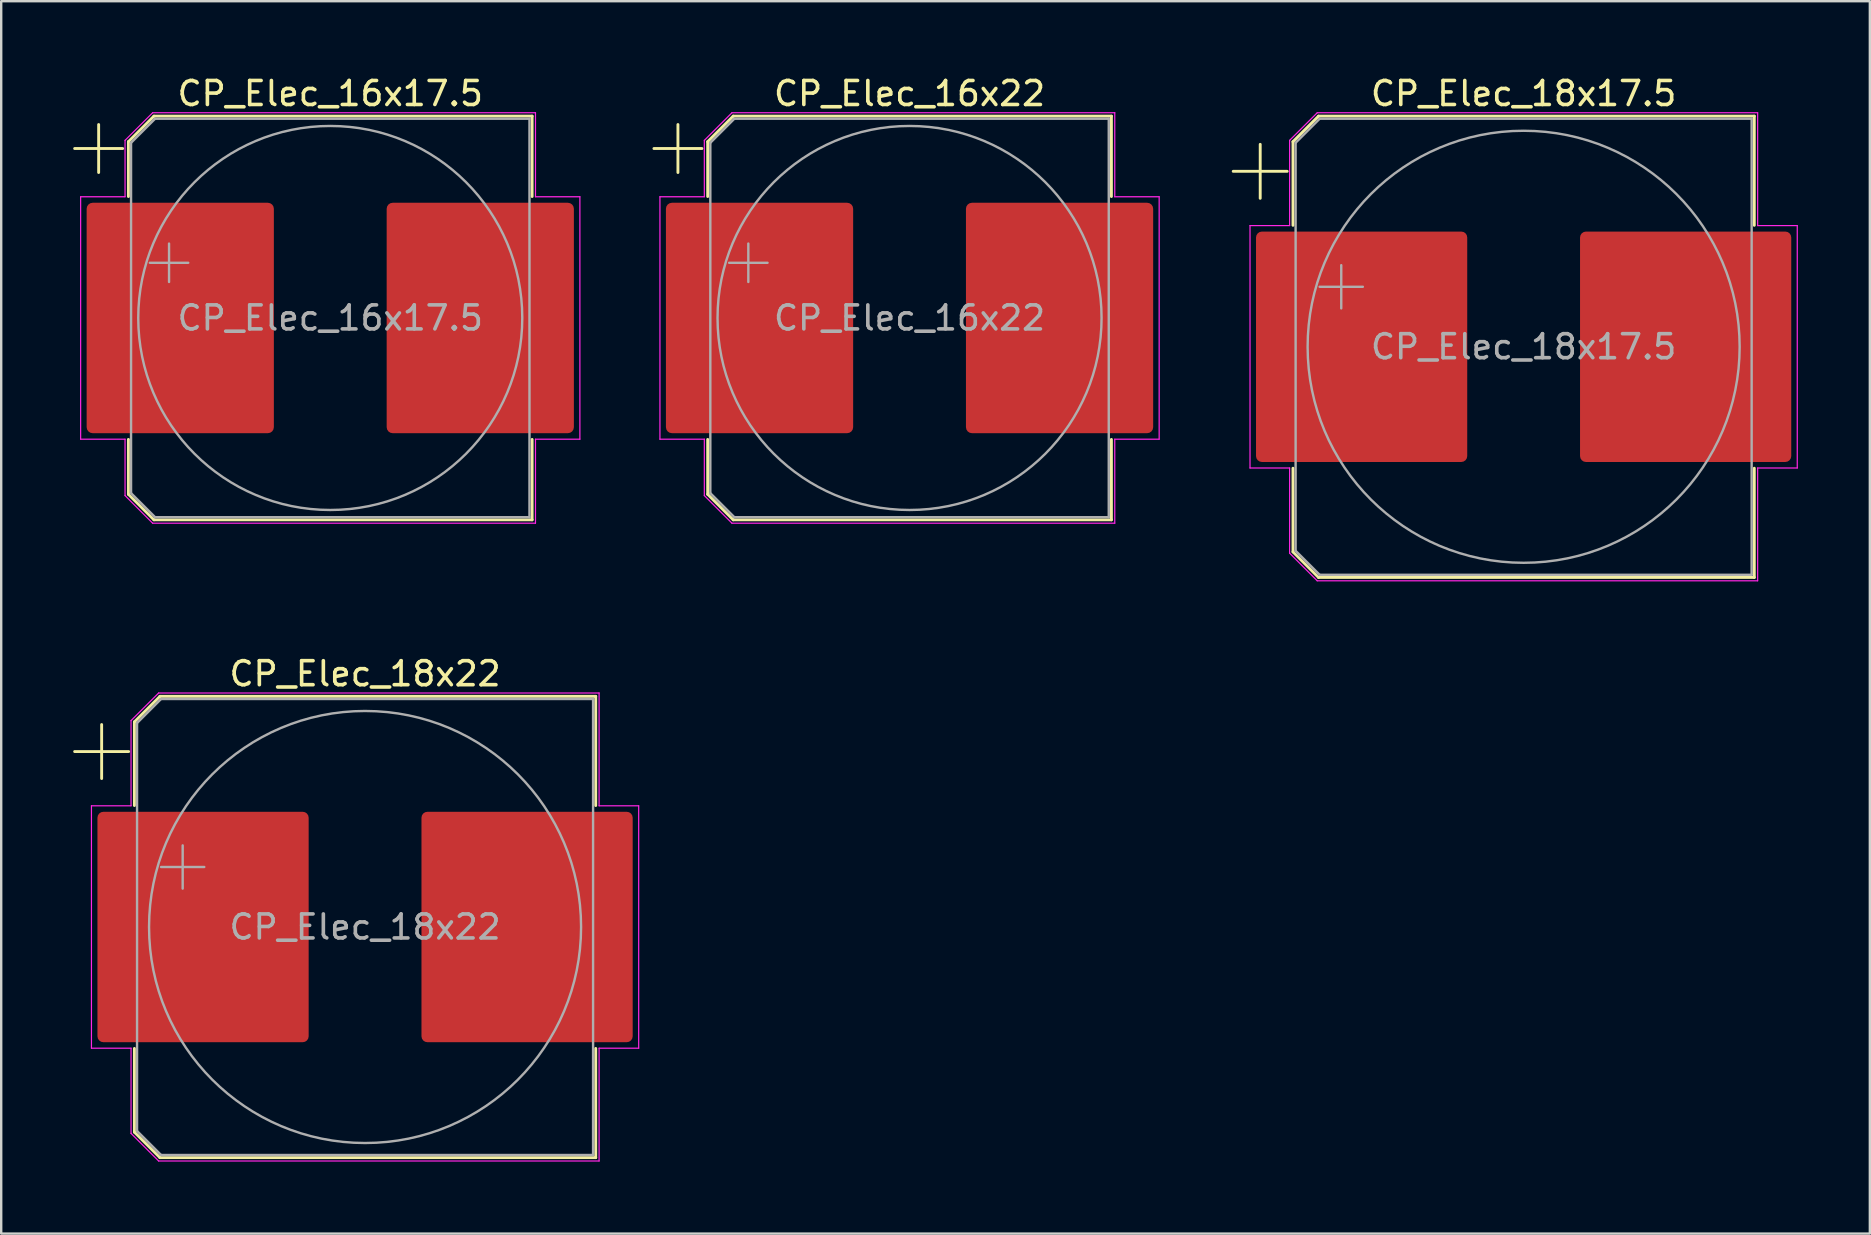
<source format=kicad_pcb>
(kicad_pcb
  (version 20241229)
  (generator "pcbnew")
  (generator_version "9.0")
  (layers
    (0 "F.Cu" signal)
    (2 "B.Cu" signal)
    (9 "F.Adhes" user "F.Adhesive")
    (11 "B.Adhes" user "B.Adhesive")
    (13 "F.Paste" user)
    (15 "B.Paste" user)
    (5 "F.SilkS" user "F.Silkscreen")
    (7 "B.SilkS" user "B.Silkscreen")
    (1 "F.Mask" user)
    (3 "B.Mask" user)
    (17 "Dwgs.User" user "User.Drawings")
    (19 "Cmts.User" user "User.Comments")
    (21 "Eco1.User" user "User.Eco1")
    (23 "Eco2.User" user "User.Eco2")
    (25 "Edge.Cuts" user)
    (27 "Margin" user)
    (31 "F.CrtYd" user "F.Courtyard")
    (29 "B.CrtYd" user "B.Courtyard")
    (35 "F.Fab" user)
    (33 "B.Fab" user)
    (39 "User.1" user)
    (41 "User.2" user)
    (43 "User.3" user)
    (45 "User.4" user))
  (footprint "CP_Elec_18x17.5"
    (layer "F.Cu")
    (at 60.43 11.398)
    (property "Reference" "CP_Elec_18x17.5" (at 0 -10.55 0) (layer "F.SilkS") (effects (font (size 1 1) (thickness 0.15))))
    (attr smd)
    (fp_line (start -12.1 -7.31) (end -9.85 -7.31) (stroke (width 0.12) (type solid)) (layer "F.SilkS"))
    (fp_line (start -10.975 -8.435) (end -10.975 -6.185) (stroke (width 0.12) (type solid)) (layer "F.SilkS"))
    (fp_line (start -9.61 -8.546) (end -9.61 -5.06) (stroke (width 0.12) (type solid)) (layer "F.SilkS"))
    (fp_line (start -9.61 -8.546) (end -8.546 -9.61) (stroke (width 0.12) (type solid)) (layer "F.SilkS"))
    (fp_line (start -9.61 8.546) (end -9.61 5.06) (stroke (width 0.12) (type solid)) (layer "F.SilkS"))
    (fp_line (start -9.61 8.546) (end -8.546 9.61) (stroke (width 0.12) (type solid)) (layer "F.SilkS"))
    (fp_line (start -8.546 -9.61) (end 9.61 -9.61) (stroke (width 0.12) (type solid)) (layer "F.SilkS"))
    (fp_line (start -8.546 9.61) (end 9.61 9.61) (stroke (width 0.12) (type solid)) (layer "F.SilkS"))
    (fp_line (start 9.61 -9.61) (end 9.61 -5.06) (stroke (width 0.12) (type solid)) (layer "F.SilkS"))
    (fp_line (start 9.61 9.61) (end 9.61 5.06) (stroke (width 0.12) (type solid)) (layer "F.SilkS"))
    (fp_line (start -11.4 -5.05) (end -11.4 5.05) (stroke (width 0.05) (type solid)) (layer "F.CrtYd"))
    (fp_line (start -11.4 5.05) (end -9.75 5.05) (stroke (width 0.05) (type solid)) (layer "F.CrtYd"))
    (fp_line (start -9.75 -8.6) (end -9.75 -5.05) (stroke (width 0.05) (type solid)) (layer "F.CrtYd"))
    (fp_line (start -9.75 -8.6) (end -8.6 -9.75) (stroke (width 0.05) (type solid)) (layer "F.CrtYd"))
    (fp_line (start -9.75 -5.05) (end -11.4 -5.05) (stroke (width 0.05) (type solid)) (layer "F.CrtYd"))
    (fp_line (start -9.75 5.05) (end -9.75 8.6) (stroke (width 0.05) (type solid)) (layer "F.CrtYd"))
    (fp_line (start -9.75 8.6) (end -8.6 9.75) (stroke (width 0.05) (type solid)) (layer "F.CrtYd"))
    (fp_line (start -8.6 -9.75) (end 9.75 -9.75) (stroke (width 0.05) (type solid)) (layer "F.CrtYd"))
    (fp_line (start -8.6 9.75) (end 9.75 9.75) (stroke (width 0.05) (type solid)) (layer "F.CrtYd"))
    (fp_line (start 9.75 -9.75) (end 9.75 -5.05) (stroke (width 0.05) (type solid)) (layer "F.CrtYd"))
    (fp_line (start 9.75 -5.05) (end 11.4 -5.05) (stroke (width 0.05) (type solid)) (layer "F.CrtYd"))
    (fp_line (start 9.75 5.05) (end 9.75 9.75) (stroke (width 0.05) (type solid)) (layer "F.CrtYd"))
    (fp_line (start 11.4 -5.05) (end 11.4 5.05) (stroke (width 0.05) (type solid)) (layer "F.CrtYd"))
    (fp_line (start 11.4 5.05) (end 9.75 5.05) (stroke (width 0.05) (type solid)) (layer "F.CrtYd"))
    (fp_line (start -9.5 -8.5) (end -9.5 8.5) (stroke (width 0.1) (type solid)) (layer "F.Fab"))
    (fp_line (start -9.5 -8.5) (end -8.5 -9.5) (stroke (width 0.1) (type solid)) (layer "F.Fab"))
    (fp_line (start -9.5 8.5) (end -8.5 9.5) (stroke (width 0.1) (type solid)) (layer "F.Fab"))
    (fp_line (start -8.5 -9.5) (end 9.5 -9.5) (stroke (width 0.1) (type solid)) (layer "F.Fab"))
    (fp_line (start -8.5 9.5) (end 9.5 9.5) (stroke (width 0.1) (type solid)) (layer "F.Fab"))
    (fp_line (start -8.499 -2.5) (end -6.699 -2.5) (stroke (width 0.1) (type solid)) (layer "F.Fab"))
    (fp_line (start -7.599 -3.4) (end -7.599 -1.6) (stroke (width 0.1) (type solid)) (layer "F.Fab"))
    (fp_line (start 9.5 -9.5) (end 9.5 9.5) (stroke (width 0.1) (type solid)) (layer "F.Fab"))
    (fp_circle (center 0 0) (end 9 0) (stroke (width 0.1) (type solid)) (fill no) (layer "F.Fab"))
    (fp_text user "${REFERENCE}" (at 0 0 0) (layer "F.Fab") (effects (font (size 1 1) (thickness 0.15))))
    (pad "1" smd roundrect (at -6.75 0) (size 8.8 9.6) (layers "F.Cu" "F.Mask" "F.Paste") (roundrect_rratio 0.028))
    (pad "2" smd roundrect (at 6.75 0) (size 8.8 9.6) (layers "F.Cu" "F.Mask" "F.Paste") (roundrect_rratio 0.028)))
  (footprint "CP_Elec_16x17.5"
    (layer "F.Cu")
    (at 10.71 10.198)
    (property "Reference" "CP_Elec_16x17.5" (at 0 -9.35 0) (layer "F.SilkS") (effects (font (size 1 1) (thickness 0.15))))
    (attr smd)
    (fp_line (start -10.65 -7.06) (end -8.65 -7.06) (stroke (width 0.12) (type solid)) (layer "F.SilkS"))
    (fp_line (start -9.65 -8.06) (end -9.65 -6.06) (stroke (width 0.12) (type solid)) (layer "F.SilkS"))
    (fp_line (start -8.41 -7.346) (end -8.41 -5.06) (stroke (width 0.12) (type solid)) (layer "F.SilkS"))
    (fp_line (start -8.41 -7.346) (end -7.346 -8.41) (stroke (width 0.12) (type solid)) (layer "F.SilkS"))
    (fp_line (start -8.41 7.346) (end -8.41 5.06) (stroke (width 0.12) (type solid)) (layer "F.SilkS"))
    (fp_line (start -8.41 7.346) (end -7.346 8.41) (stroke (width 0.12) (type solid)) (layer "F.SilkS"))
    (fp_line (start -7.346 -8.41) (end 8.41 -8.41) (stroke (width 0.12) (type solid)) (layer "F.SilkS"))
    (fp_line (start -7.346 8.41) (end 8.41 8.41) (stroke (width 0.12) (type solid)) (layer "F.SilkS"))
    (fp_line (start 8.41 -8.41) (end 8.41 -5.06) (stroke (width 0.12) (type solid)) (layer "F.SilkS"))
    (fp_line (start 8.41 8.41) (end 8.41 5.06) (stroke (width 0.12) (type solid)) (layer "F.SilkS"))
    (fp_line (start -10.4 -5.05) (end -10.4 5.05) (stroke (width 0.05) (type solid)) (layer "F.CrtYd"))
    (fp_line (start -10.4 5.05) (end -8.55 5.05) (stroke (width 0.05) (type solid)) (layer "F.CrtYd"))
    (fp_line (start -8.55 -7.4) (end -8.55 -5.05) (stroke (width 0.05) (type solid)) (layer "F.CrtYd"))
    (fp_line (start -8.55 -7.4) (end -7.4 -8.55) (stroke (width 0.05) (type solid)) (layer "F.CrtYd"))
    (fp_line (start -8.55 -5.05) (end -10.4 -5.05) (stroke (width 0.05) (type solid)) (layer "F.CrtYd"))
    (fp_line (start -8.55 5.05) (end -8.55 7.4) (stroke (width 0.05) (type solid)) (layer "F.CrtYd"))
    (fp_line (start -8.55 7.4) (end -7.4 8.55) (stroke (width 0.05) (type solid)) (layer "F.CrtYd"))
    (fp_line (start -7.4 -8.55) (end 8.55 -8.55) (stroke (width 0.05) (type solid)) (layer "F.CrtYd"))
    (fp_line (start -7.4 8.55) (end 8.55 8.55) (stroke (width 0.05) (type solid)) (layer "F.CrtYd"))
    (fp_line (start 8.55 -8.55) (end 8.55 -5.05) (stroke (width 0.05) (type solid)) (layer "F.CrtYd"))
    (fp_line (start 8.55 -5.05) (end 10.4 -5.05) (stroke (width 0.05) (type solid)) (layer "F.CrtYd"))
    (fp_line (start 8.55 5.05) (end 8.55 8.55) (stroke (width 0.05) (type solid)) (layer "F.CrtYd"))
    (fp_line (start 10.4 -5.05) (end 10.4 5.05) (stroke (width 0.05) (type solid)) (layer "F.CrtYd"))
    (fp_line (start 10.4 5.05) (end 8.55 5.05) (stroke (width 0.05) (type solid)) (layer "F.CrtYd"))
    (fp_line (start -8.3 -7.3) (end -8.3 7.3) (stroke (width 0.1) (type solid)) (layer "F.Fab"))
    (fp_line (start -8.3 -7.3) (end -7.3 -8.3) (stroke (width 0.1) (type solid)) (layer "F.Fab"))
    (fp_line (start -8.3 7.3) (end -7.3 8.3) (stroke (width 0.1) (type solid)) (layer "F.Fab"))
    (fp_line (start -7.517 -2.3) (end -5.917 -2.3) (stroke (width 0.1) (type solid)) (layer "F.Fab"))
    (fp_line (start -7.3 -8.3) (end 8.3 -8.3) (stroke (width 0.1) (type solid)) (layer "F.Fab"))
    (fp_line (start -7.3 8.3) (end 8.3 8.3) (stroke (width 0.1) (type solid)) (layer "F.Fab"))
    (fp_line (start -6.717 -3.1) (end -6.717 -1.5) (stroke (width 0.1) (type solid)) (layer "F.Fab"))
    (fp_line (start 8.3 -8.3) (end 8.3 8.3) (stroke (width 0.1) (type solid)) (layer "F.Fab"))
    (fp_circle (center 0 0) (end 8 0) (stroke (width 0.1) (type solid)) (fill no) (layer "F.Fab"))
    (fp_text user "${REFERENCE}" (at 0 0 0) (layer "F.Fab") (effects (font (size 1 1) (thickness 0.15))))
    (pad "1" smd roundrect (at -6.25 0) (size 7.8 9.6) (layers "F.Cu" "F.Mask" "F.Paste") (roundrect_rratio 0.032))
    (pad "2" smd roundrect (at 6.25 0) (size 7.8 9.6) (layers "F.Cu" "F.Mask" "F.Paste") (roundrect_rratio 0.032)))
  (footprint "CP_Elec_16x22"
    (layer "F.Cu")
    (at 34.845 10.198)
    (property "Reference" "CP_Elec_16x22" (at 0 -9.35 0) (layer "F.SilkS") (effects (font (size 1 1) (thickness 0.15))))
    (attr smd)
    (fp_line (start -10.65 -7.06) (end -8.65 -7.06) (stroke (width 0.12) (type solid)) (layer "F.SilkS"))
    (fp_line (start -9.65 -8.06) (end -9.65 -6.06) (stroke (width 0.12) (type solid)) (layer "F.SilkS"))
    (fp_line (start -8.41 -7.346) (end -8.41 -5.06) (stroke (width 0.12) (type solid)) (layer "F.SilkS"))
    (fp_line (start -8.41 -7.346) (end -7.346 -8.41) (stroke (width 0.12) (type solid)) (layer "F.SilkS"))
    (fp_line (start -8.41 7.346) (end -8.41 5.06) (stroke (width 0.12) (type solid)) (layer "F.SilkS"))
    (fp_line (start -8.41 7.346) (end -7.346 8.41) (stroke (width 0.12) (type solid)) (layer "F.SilkS"))
    (fp_line (start -7.346 -8.41) (end 8.41 -8.41) (stroke (width 0.12) (type solid)) (layer "F.SilkS"))
    (fp_line (start -7.346 8.41) (end 8.41 8.41) (stroke (width 0.12) (type solid)) (layer "F.SilkS"))
    (fp_line (start 8.41 -8.41) (end 8.41 -5.06) (stroke (width 0.12) (type solid)) (layer "F.SilkS"))
    (fp_line (start 8.41 8.41) (end 8.41 5.06) (stroke (width 0.12) (type solid)) (layer "F.SilkS"))
    (fp_line (start -10.4 -5.05) (end -10.4 5.05) (stroke (width 0.05) (type solid)) (layer "F.CrtYd"))
    (fp_line (start -10.4 5.05) (end -8.55 5.05) (stroke (width 0.05) (type solid)) (layer "F.CrtYd"))
    (fp_line (start -8.55 -7.4) (end -8.55 -5.05) (stroke (width 0.05) (type solid)) (layer "F.CrtYd"))
    (fp_line (start -8.55 -7.4) (end -7.4 -8.55) (stroke (width 0.05) (type solid)) (layer "F.CrtYd"))
    (fp_line (start -8.55 -5.05) (end -10.4 -5.05) (stroke (width 0.05) (type solid)) (layer "F.CrtYd"))
    (fp_line (start -8.55 5.05) (end -8.55 7.4) (stroke (width 0.05) (type solid)) (layer "F.CrtYd"))
    (fp_line (start -8.55 7.4) (end -7.4 8.55) (stroke (width 0.05) (type solid)) (layer "F.CrtYd"))
    (fp_line (start -7.4 -8.55) (end 8.55 -8.55) (stroke (width 0.05) (type solid)) (layer "F.CrtYd"))
    (fp_line (start -7.4 8.55) (end 8.55 8.55) (stroke (width 0.05) (type solid)) (layer "F.CrtYd"))
    (fp_line (start 8.55 -8.55) (end 8.55 -5.05) (stroke (width 0.05) (type solid)) (layer "F.CrtYd"))
    (fp_line (start 8.55 -5.05) (end 10.4 -5.05) (stroke (width 0.05) (type solid)) (layer "F.CrtYd"))
    (fp_line (start 8.55 5.05) (end 8.55 8.55) (stroke (width 0.05) (type solid)) (layer "F.CrtYd"))
    (fp_line (start 10.4 -5.05) (end 10.4 5.05) (stroke (width 0.05) (type solid)) (layer "F.CrtYd"))
    (fp_line (start 10.4 5.05) (end 8.55 5.05) (stroke (width 0.05) (type solid)) (layer "F.CrtYd"))
    (fp_line (start -8.3 -7.3) (end -8.3 7.3) (stroke (width 0.1) (type solid)) (layer "F.Fab"))
    (fp_line (start -8.3 -7.3) (end -7.3 -8.3) (stroke (width 0.1) (type solid)) (layer "F.Fab"))
    (fp_line (start -8.3 7.3) (end -7.3 8.3) (stroke (width 0.1) (type solid)) (layer "F.Fab"))
    (fp_line (start -7.517 -2.3) (end -5.917 -2.3) (stroke (width 0.1) (type solid)) (layer "F.Fab"))
    (fp_line (start -7.3 -8.3) (end 8.3 -8.3) (stroke (width 0.1) (type solid)) (layer "F.Fab"))
    (fp_line (start -7.3 8.3) (end 8.3 8.3) (stroke (width 0.1) (type solid)) (layer "F.Fab"))
    (fp_line (start -6.717 -3.1) (end -6.717 -1.5) (stroke (width 0.1) (type solid)) (layer "F.Fab"))
    (fp_line (start 8.3 -8.3) (end 8.3 8.3) (stroke (width 0.1) (type solid)) (layer "F.Fab"))
    (fp_circle (center 0 0) (end 8 0) (stroke (width 0.1) (type solid)) (fill no) (layer "F.Fab"))
    (fp_text user "${REFERENCE}" (at 0 0 0) (layer "F.Fab") (effects (font (size 1 1) (thickness 0.15))))
    (pad "1" smd roundrect (at -6.25 0) (size 7.8 9.6) (layers "F.Cu" "F.Mask" "F.Paste") (roundrect_rratio 0.032))
    (pad "2" smd roundrect (at 6.25 0) (size 7.8 9.6) (layers "F.Cu" "F.Mask" "F.Paste") (roundrect_rratio 0.032)))
  (footprint "CP_Elec_18x22"
    (layer "F.Cu")
    (at 12.16 35.572)
    (property "Reference" "CP_Elec_18x22" (at 0 -10.55 0) (layer "F.SilkS") (effects (font (size 1 1) (thickness 0.15))))
    (attr smd)
    (fp_line (start -12.1 -7.31) (end -9.85 -7.31) (stroke (width 0.12) (type solid)) (layer "F.SilkS"))
    (fp_line (start -10.975 -8.435) (end -10.975 -6.185) (stroke (width 0.12) (type solid)) (layer "F.SilkS"))
    (fp_line (start -9.61 -8.546) (end -9.61 -5.06) (stroke (width 0.12) (type solid)) (layer "F.SilkS"))
    (fp_line (start -9.61 -8.546) (end -8.546 -9.61) (stroke (width 0.12) (type solid)) (layer "F.SilkS"))
    (fp_line (start -9.61 8.546) (end -9.61 5.06) (stroke (width 0.12) (type solid)) (layer "F.SilkS"))
    (fp_line (start -9.61 8.546) (end -8.546 9.61) (stroke (width 0.12) (type solid)) (layer "F.SilkS"))
    (fp_line (start -8.546 -9.61) (end 9.61 -9.61) (stroke (width 0.12) (type solid)) (layer "F.SilkS"))
    (fp_line (start -8.546 9.61) (end 9.61 9.61) (stroke (width 0.12) (type solid)) (layer "F.SilkS"))
    (fp_line (start 9.61 -9.61) (end 9.61 -5.06) (stroke (width 0.12) (type solid)) (layer "F.SilkS"))
    (fp_line (start 9.61 9.61) (end 9.61 5.06) (stroke (width 0.12) (type solid)) (layer "F.SilkS"))
    (fp_line (start -11.4 -5.05) (end -11.4 5.05) (stroke (width 0.05) (type solid)) (layer "F.CrtYd"))
    (fp_line (start -11.4 5.05) (end -9.75 5.05) (stroke (width 0.05) (type solid)) (layer "F.CrtYd"))
    (fp_line (start -9.75 -8.6) (end -9.75 -5.05) (stroke (width 0.05) (type solid)) (layer "F.CrtYd"))
    (fp_line (start -9.75 -8.6) (end -8.6 -9.75) (stroke (width 0.05) (type solid)) (layer "F.CrtYd"))
    (fp_line (start -9.75 -5.05) (end -11.4 -5.05) (stroke (width 0.05) (type solid)) (layer "F.CrtYd"))
    (fp_line (start -9.75 5.05) (end -9.75 8.6) (stroke (width 0.05) (type solid)) (layer "F.CrtYd"))
    (fp_line (start -9.75 8.6) (end -8.6 9.75) (stroke (width 0.05) (type solid)) (layer "F.CrtYd"))
    (fp_line (start -8.6 -9.75) (end 9.75 -9.75) (stroke (width 0.05) (type solid)) (layer "F.CrtYd"))
    (fp_line (start -8.6 9.75) (end 9.75 9.75) (stroke (width 0.05) (type solid)) (layer "F.CrtYd"))
    (fp_line (start 9.75 -9.75) (end 9.75 -5.05) (stroke (width 0.05) (type solid)) (layer "F.CrtYd"))
    (fp_line (start 9.75 -5.05) (end 11.4 -5.05) (stroke (width 0.05) (type solid)) (layer "F.CrtYd"))
    (fp_line (start 9.75 5.05) (end 9.75 9.75) (stroke (width 0.05) (type solid)) (layer "F.CrtYd"))
    (fp_line (start 11.4 -5.05) (end 11.4 5.05) (stroke (width 0.05) (type solid)) (layer "F.CrtYd"))
    (fp_line (start 11.4 5.05) (end 9.75 5.05) (stroke (width 0.05) (type solid)) (layer "F.CrtYd"))
    (fp_line (start -9.5 -8.5) (end -9.5 8.5) (stroke (width 0.1) (type solid)) (layer "F.Fab"))
    (fp_line (start -9.5 -8.5) (end -8.5 -9.5) (stroke (width 0.1) (type solid)) (layer "F.Fab"))
    (fp_line (start -9.5 8.5) (end -8.5 9.5) (stroke (width 0.1) (type solid)) (layer "F.Fab"))
    (fp_line (start -8.5 -9.5) (end 9.5 -9.5) (stroke (width 0.1) (type solid)) (layer "F.Fab"))
    (fp_line (start -8.5 9.5) (end 9.5 9.5) (stroke (width 0.1) (type solid)) (layer "F.Fab"))
    (fp_line (start -8.499 -2.5) (end -6.699 -2.5) (stroke (width 0.1) (type solid)) (layer "F.Fab"))
    (fp_line (start -7.599 -3.4) (end -7.599 -1.6) (stroke (width 0.1) (type solid)) (layer "F.Fab"))
    (fp_line (start 9.5 -9.5) (end 9.5 9.5) (stroke (width 0.1) (type solid)) (layer "F.Fab"))
    (fp_circle (center 0 0) (end 9 0) (stroke (width 0.1) (type solid)) (fill no) (layer "F.Fab"))
    (fp_text user "${REFERENCE}" (at 0 0 0) (layer "F.Fab") (effects (font (size 1 1) (thickness 0.15))))
    (pad "1" smd roundrect (at -6.75 0) (size 8.8 9.6) (layers "F.Cu" "F.Mask" "F.Paste") (roundrect_rratio 0.028))
    (pad "2" smd roundrect (at 6.75 0) (size 8.8 9.6) (layers "F.Cu" "F.Mask" "F.Paste") (roundrect_rratio 0.028)))
  (gr_rect
    (start -3 -3)
    (end 74.855 48.346)
    (stroke (width 0.1) (type default))
    (fill no)
    (layer "Edge.Cuts")))
</source>
